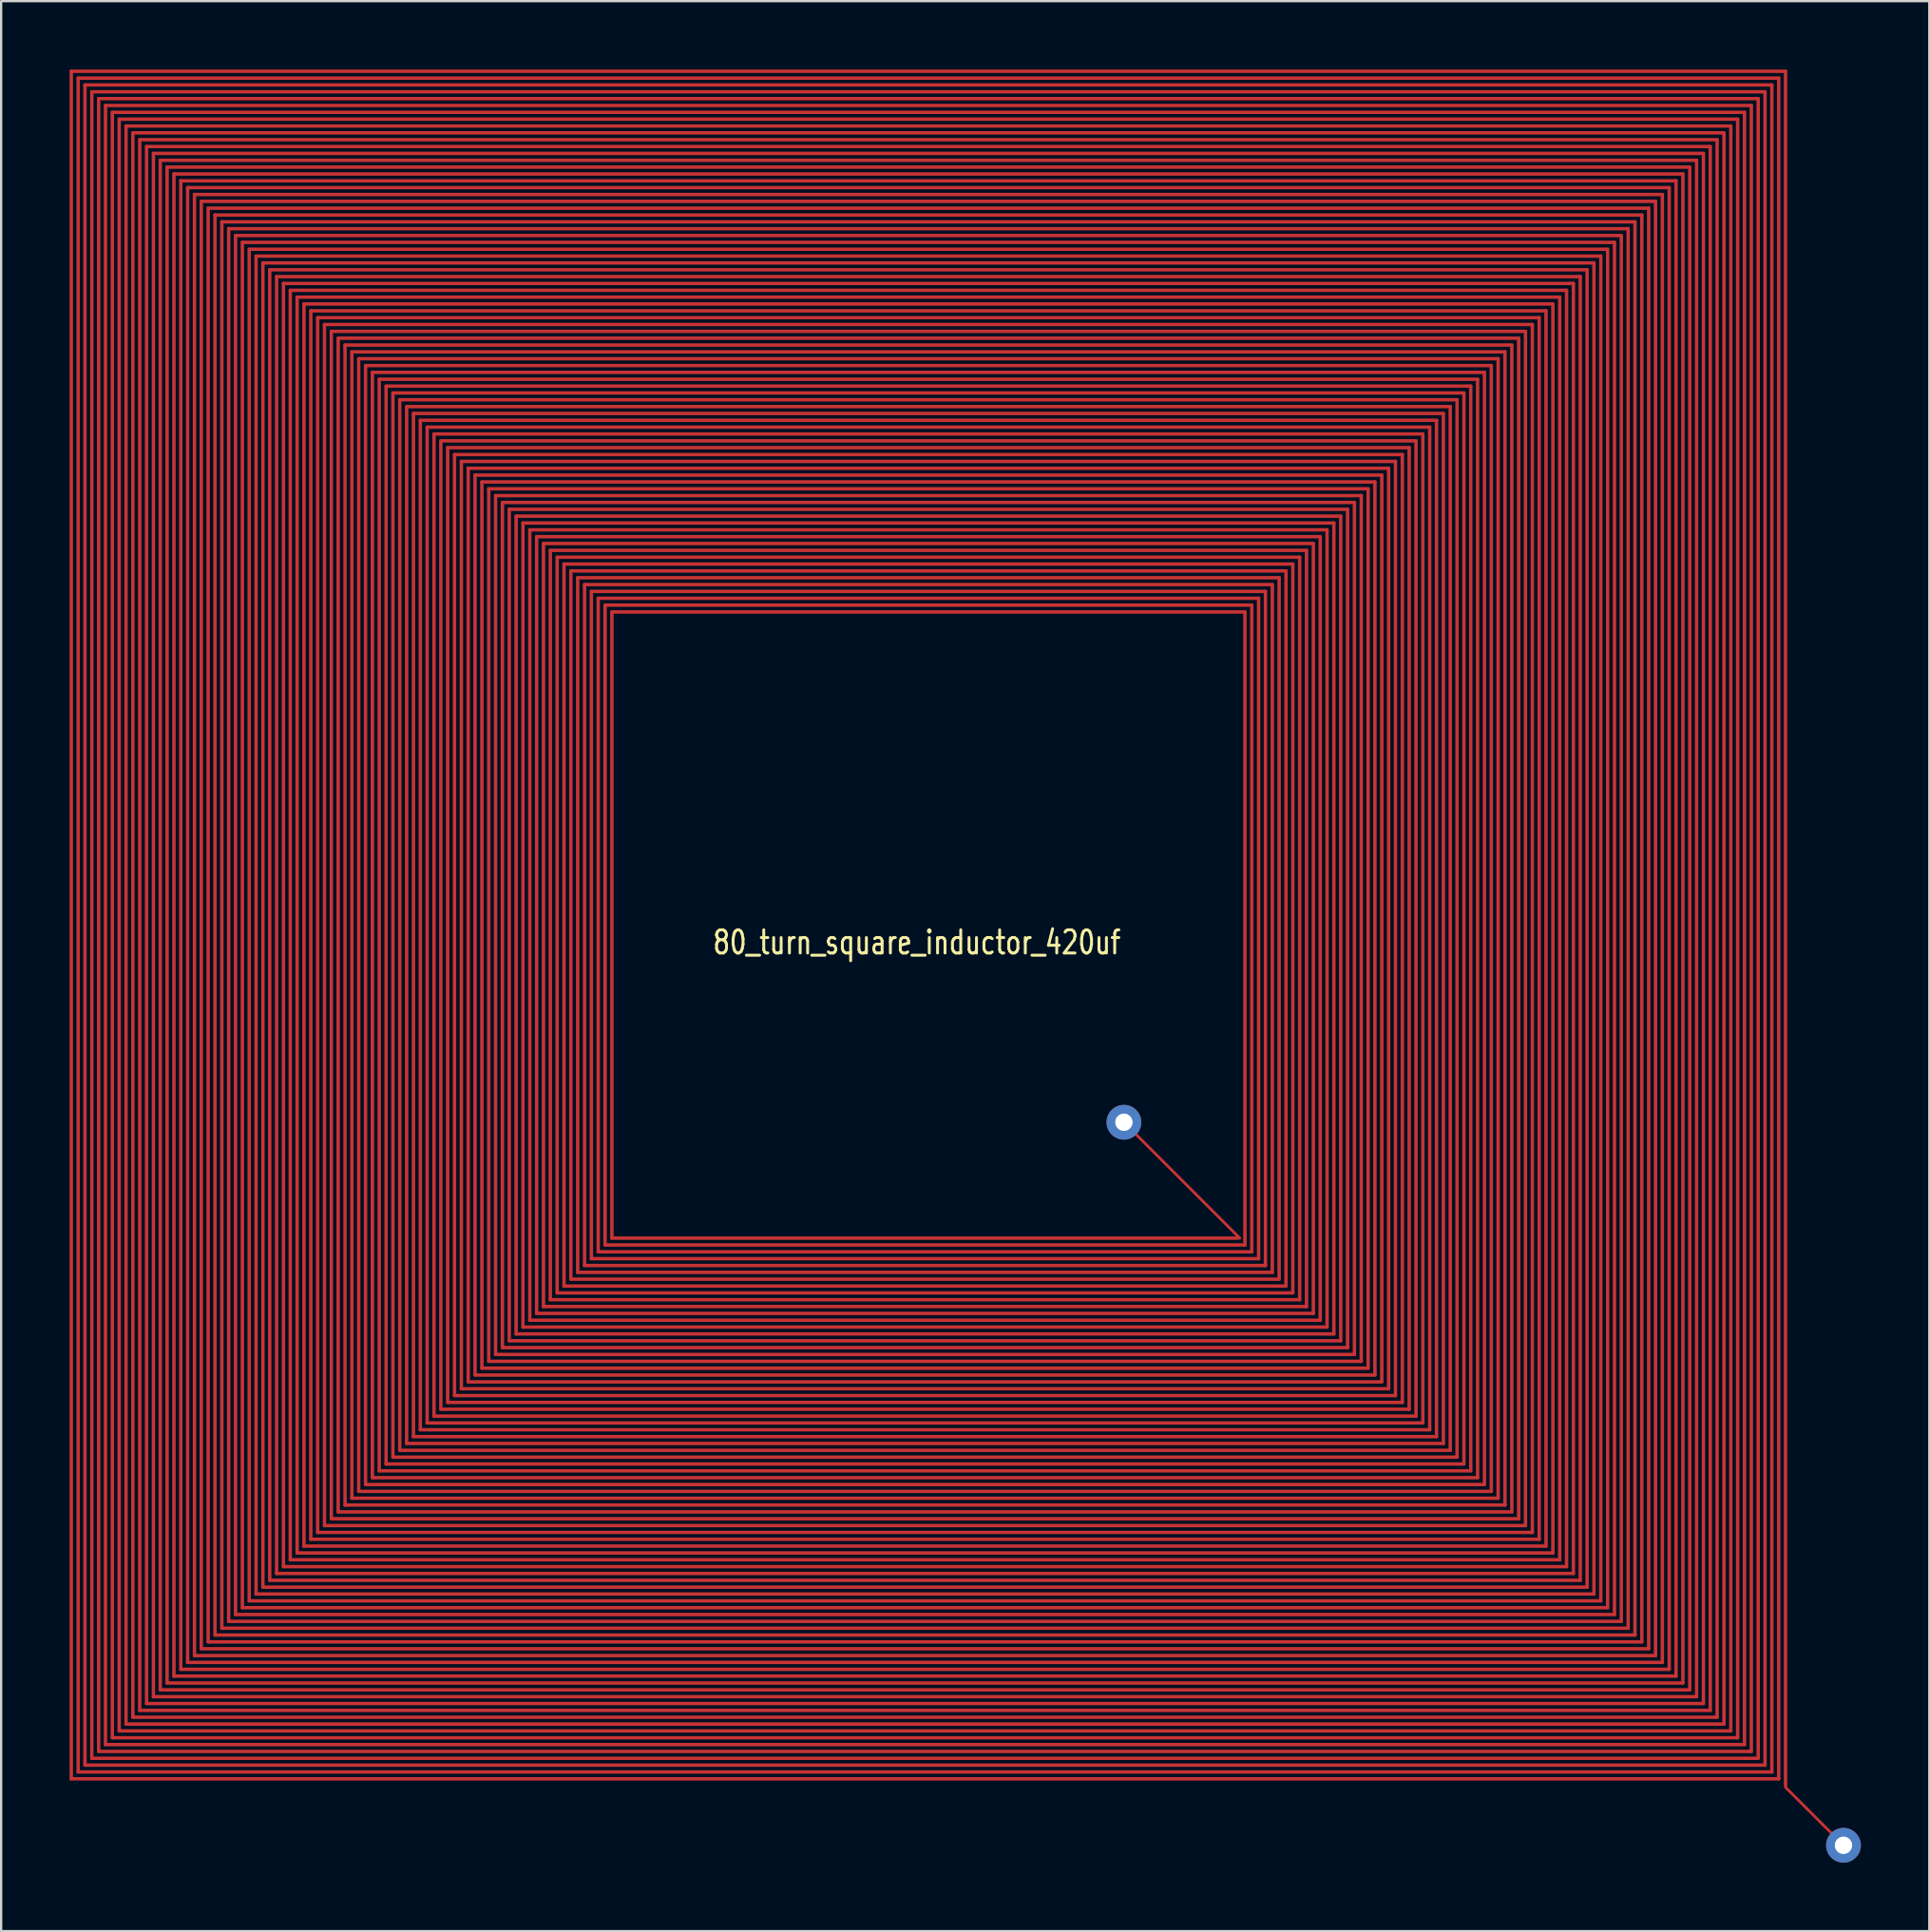
<source format=kicad_pcb>
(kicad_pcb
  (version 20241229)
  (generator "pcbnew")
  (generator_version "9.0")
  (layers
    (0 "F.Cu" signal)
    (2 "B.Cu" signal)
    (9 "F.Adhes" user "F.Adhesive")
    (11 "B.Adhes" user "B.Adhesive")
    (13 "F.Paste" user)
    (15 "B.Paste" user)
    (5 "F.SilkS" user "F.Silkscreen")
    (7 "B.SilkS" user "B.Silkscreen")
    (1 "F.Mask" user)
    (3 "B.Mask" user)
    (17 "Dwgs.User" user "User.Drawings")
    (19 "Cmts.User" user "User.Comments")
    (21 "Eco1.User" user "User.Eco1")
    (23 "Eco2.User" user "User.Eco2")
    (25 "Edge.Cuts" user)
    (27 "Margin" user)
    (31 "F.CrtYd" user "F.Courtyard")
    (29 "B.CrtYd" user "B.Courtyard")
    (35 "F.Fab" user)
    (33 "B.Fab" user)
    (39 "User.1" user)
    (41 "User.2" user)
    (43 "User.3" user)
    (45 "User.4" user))
  (footprint "80_turn_square_inductor_420uf"
    (layer "F.Cu")
    (at 51.3 51.225)
    (property "Reference" "80_turn_square_inductor_420uf" (at -14.156 -12.963 0) (layer "F.SilkS") (effects (font (size 1.016 0.762) (thickness 0.127))))
    (fp_line (start 0 0) (end -5.08 -5.08) (stroke (width 0.12) (type solid)) (layer "F.Cu"))
    (fp_line (start 23.925 24.075) (end 26.465 26.615) (stroke (width 0.12) (type solid)) (layer "F.Cu"))
    (pad "1" smd oval (at -51.225 -13.725 90) (size 75 0.15) (layers "F.Cu" "F.Mask" "F.Paste"))
    (pad "1" smd oval (at -50.925 -13.725 90) (size 74.4 0.15) (layers "F.Cu" "F.Mask" "F.Paste"))
    (pad "1" smd oval (at -50.625 -13.725 90) (size 73.8 0.15) (layers "F.Cu" "F.Mask" "F.Paste"))
    (pad "1" smd oval (at -50.325 -13.725 90) (size 73.2 0.15) (layers "F.Cu" "F.Mask" "F.Paste"))
    (pad "1" smd oval (at -50.025 -13.725 90) (size 72.6 0.15) (layers "F.Cu" "F.Mask" "F.Paste"))
    (pad "1" smd oval (at -49.725 -13.725 90) (size 72 0.15) (layers "F.Cu" "F.Mask" "F.Paste"))
    (pad "1" smd oval (at -49.425 -13.725 90) (size 71.4 0.15) (layers "F.Cu" "F.Mask" "F.Paste"))
    (pad "1" smd oval (at -49.125 -13.725 90) (size 70.8 0.15) (layers "F.Cu" "F.Mask" "F.Paste"))
    (pad "1" smd oval (at -48.825 -13.725 90) (size 70.2 0.15) (layers "F.Cu" "F.Mask" "F.Paste"))
    (pad "1" smd oval (at -48.525 -13.725 90) (size 69.6 0.15) (layers "F.Cu" "F.Mask" "F.Paste"))
    (pad "1" smd oval (at -48.225 -13.725 90) (size 69 0.15) (layers "F.Cu" "F.Mask" "F.Paste"))
    (pad "1" smd oval (at -47.925 -13.725 90) (size 68.4 0.15) (layers "F.Cu" "F.Mask" "F.Paste"))
    (pad "1" smd oval (at -47.625 -13.725 90) (size 67.8 0.15) (layers "F.Cu" "F.Mask" "F.Paste"))
    (pad "1" smd oval (at -47.325 -13.725 90) (size 67.2 0.15) (layers "F.Cu" "F.Mask" "F.Paste"))
    (pad "1" smd oval (at -47.025 -13.725 90) (size 66.6 0.15) (layers "F.Cu" "F.Mask" "F.Paste"))
    (pad "1" smd oval (at -46.725 -13.725 90) (size 66 0.15) (layers "F.Cu" "F.Mask" "F.Paste"))
    (pad "1" smd oval (at -46.425 -13.725 90) (size 65.4 0.15) (layers "F.Cu" "F.Mask" "F.Paste"))
    (pad "1" smd oval (at -46.125 -13.725 90) (size 64.8 0.15) (layers "F.Cu" "F.Mask" "F.Paste"))
    (pad "1" smd oval (at -45.825 -13.725 90) (size 64.2 0.15) (layers "F.Cu" "F.Mask" "F.Paste"))
    (pad "1" smd oval (at -45.525 -13.725 90) (size 63.6 0.15) (layers "F.Cu" "F.Mask" "F.Paste"))
    (pad "1" smd oval (at -45.225 -13.725 90) (size 63 0.15) (layers "F.Cu" "F.Mask" "F.Paste"))
    (pad "1" smd oval (at -44.925 -13.725 90) (size 62.4 0.15) (layers "F.Cu" "F.Mask" "F.Paste"))
    (pad "1" smd oval (at -44.625 -13.725 90) (size 61.8 0.15) (layers "F.Cu" "F.Mask" "F.Paste"))
    (pad "1" smd oval (at -44.325 -13.725 90) (size 61.2 0.15) (layers "F.Cu" "F.Mask" "F.Paste"))
    (pad "1" smd oval (at -44.025 -13.725 90) (size 60.6 0.15) (layers "F.Cu" "F.Mask" "F.Paste"))
    (pad "1" smd oval (at -43.725 -13.725 90) (size 60 0.15) (layers "F.Cu" "F.Mask" "F.Paste"))
    (pad "1" smd oval (at -43.425 -13.725 90) (size 59.4 0.15) (layers "F.Cu" "F.Mask" "F.Paste"))
    (pad "1" smd oval (at -43.125 -13.725 90) (size 58.8 0.15) (layers "F.Cu" "F.Mask" "F.Paste"))
    (pad "1" smd oval (at -42.825 -13.725 90) (size 58.2 0.15) (layers "F.Cu" "F.Mask" "F.Paste"))
    (pad "1" smd oval (at -42.525 -13.725 90) (size 57.6 0.15) (layers "F.Cu" "F.Mask" "F.Paste"))
    (pad "1" smd oval (at -42.225 -13.725 90) (size 57 0.15) (layers "F.Cu" "F.Mask" "F.Paste"))
    (pad "1" smd oval (at -41.925 -13.725 90) (size 56.4 0.15) (layers "F.Cu" "F.Mask" "F.Paste"))
    (pad "1" smd oval (at -41.625 -13.725 90) (size 55.8 0.15) (layers "F.Cu" "F.Mask" "F.Paste"))
    (pad "1" smd oval (at -41.325 -13.725 90) (size 55.2 0.15) (layers "F.Cu" "F.Mask" "F.Paste"))
    (pad "1" smd oval (at -41.025 -13.725 90) (size 54.6 0.15) (layers "F.Cu" "F.Mask" "F.Paste"))
    (pad "1" smd oval (at -40.725 -13.725 90) (size 54 0.15) (layers "F.Cu" "F.Mask" "F.Paste"))
    (pad "1" smd oval (at -40.425 -13.725 90) (size 53.4 0.15) (layers "F.Cu" "F.Mask" "F.Paste"))
    (pad "1" smd oval (at -40.125 -13.725 90) (size 52.8 0.15) (layers "F.Cu" "F.Mask" "F.Paste"))
    (pad "1" smd oval (at -39.825 -13.725 90) (size 52.2 0.15) (layers "F.Cu" "F.Mask" "F.Paste"))
    (pad "1" smd oval (at -39.525 -13.725 90) (size 51.6 0.15) (layers "F.Cu" "F.Mask" "F.Paste"))
    (pad "1" smd oval (at -39.225 -13.725 90) (size 51 0.15) (layers "F.Cu" "F.Mask" "F.Paste"))
    (pad "1" smd oval (at -38.925 -13.725 90) (size 50.4 0.15) (layers "F.Cu" "F.Mask" "F.Paste"))
    (pad "1" smd oval (at -38.625 -13.725 90) (size 49.8 0.15) (layers "F.Cu" "F.Mask" "F.Paste"))
    (pad "1" smd oval (at -38.325 -13.725 90) (size 49.2 0.15) (layers "F.Cu" "F.Mask" "F.Paste"))
    (pad "1" smd oval (at -38.025 -13.725 90) (size 48.6 0.15) (layers "F.Cu" "F.Mask" "F.Paste"))
    (pad "1" smd oval (at -37.725 -13.725 90) (size 48 0.15) (layers "F.Cu" "F.Mask" "F.Paste"))
    (pad "1" smd oval (at -37.425 -13.725 90) (size 47.4 0.15) (layers "F.Cu" "F.Mask" "F.Paste"))
    (pad "1" smd oval (at -37.125 -13.725 90) (size 46.8 0.15) (layers "F.Cu" "F.Mask" "F.Paste"))
    (pad "1" smd oval (at -36.825 -13.725 90) (size 46.2 0.15) (layers "F.Cu" "F.Mask" "F.Paste"))
    (pad "1" smd oval (at -36.525 -13.725 90) (size 45.6 0.15) (layers "F.Cu" "F.Mask" "F.Paste"))
    (pad "1" smd oval (at -36.225 -13.725 90) (size 45 0.15) (layers "F.Cu" "F.Mask" "F.Paste"))
    (pad "1" smd oval (at -35.925 -13.725 90) (size 44.4 0.15) (layers "F.Cu" "F.Mask" "F.Paste"))
    (pad "1" smd oval (at -35.625 -13.725 90) (size 43.8 0.15) (layers "F.Cu" "F.Mask" "F.Paste"))
    (pad "1" smd oval (at -35.325 -13.725 90) (size 43.2 0.15) (layers "F.Cu" "F.Mask" "F.Paste"))
    (pad "1" smd oval (at -35.025 -13.725 90) (size 42.6 0.15) (layers "F.Cu" "F.Mask" "F.Paste"))
    (pad "1" smd oval (at -34.725 -13.725 90) (size 42 0.15) (layers "F.Cu" "F.Mask" "F.Paste"))
    (pad "1" smd oval (at -34.425 -13.725 90) (size 41.4 0.15) (layers "F.Cu" "F.Mask" "F.Paste"))
    (pad "1" smd oval (at -34.125 -13.725 90) (size 40.8 0.15) (layers "F.Cu" "F.Mask" "F.Paste"))
    (pad "1" smd oval (at -33.825 -13.725 90) (size 40.2 0.15) (layers "F.Cu" "F.Mask" "F.Paste"))
    (pad "1" smd oval (at -33.525 -13.725 90) (size 39.6 0.15) (layers "F.Cu" "F.Mask" "F.Paste"))
    (pad "1" smd oval (at -33.225 -13.725 90) (size 39 0.15) (layers "F.Cu" "F.Mask" "F.Paste"))
    (pad "1" smd oval (at -32.925 -13.725 90) (size 38.4 0.15) (layers "F.Cu" "F.Mask" "F.Paste"))
    (pad "1" smd oval (at -32.625 -13.725 90) (size 37.8 0.15) (layers "F.Cu" "F.Mask" "F.Paste"))
    (pad "1" smd oval (at -32.325 -13.725 90) (size 37.2 0.15) (layers "F.Cu" "F.Mask" "F.Paste"))
    (pad "1" smd oval (at -32.025 -13.725 90) (size 36.6 0.15) (layers "F.Cu" "F.Mask" "F.Paste"))
    (pad "1" smd oval (at -31.725 -13.725 90) (size 36 0.15) (layers "F.Cu" "F.Mask" "F.Paste"))
    (pad "1" smd oval (at -31.425 -13.725 90) (size 35.4 0.15) (layers "F.Cu" "F.Mask" "F.Paste"))
    (pad "1" smd oval (at -31.125 -13.725 90) (size 34.8 0.15) (layers "F.Cu" "F.Mask" "F.Paste"))
    (pad "1" smd oval (at -30.825 -13.725 90) (size 34.2 0.15) (layers "F.Cu" "F.Mask" "F.Paste"))
    (pad "1" smd oval (at -30.525 -13.725 90) (size 33.6 0.15) (layers "F.Cu" "F.Mask" "F.Paste"))
    (pad "1" smd oval (at -30.225 -13.725 90) (size 33 0.15) (layers "F.Cu" "F.Mask" "F.Paste"))
    (pad "1" smd oval (at -29.925 -13.725 90) (size 32.4 0.15) (layers "F.Cu" "F.Mask" "F.Paste"))
    (pad "1" smd oval (at -29.625 -13.725 90) (size 31.8 0.15) (layers "F.Cu" "F.Mask" "F.Paste"))
    (pad "1" smd oval (at -29.325 -13.725 90) (size 31.2 0.15) (layers "F.Cu" "F.Mask" "F.Paste"))
    (pad "1" smd oval (at -29.025 -13.725 90) (size 30.6 0.15) (layers "F.Cu" "F.Mask" "F.Paste"))
    (pad "1" smd oval (at -28.725 -13.725 90) (size 30 0.15) (layers "F.Cu" "F.Mask" "F.Paste"))
    (pad "1" smd oval (at -28.425 -13.725 90) (size 29.4 0.15) (layers "F.Cu" "F.Mask" "F.Paste"))
    (pad "1" smd oval (at -28.125 -13.725 90) (size 28.8 0.15) (layers "F.Cu" "F.Mask" "F.Paste"))
    (pad "1" smd oval (at -27.825 -13.725 90) (size 28.2 0.15) (layers "F.Cu" "F.Mask" "F.Paste"))
    (pad "1" smd oval (at -27.525 -13.725 90) (size 27.6 0.15) (layers "F.Cu" "F.Mask" "F.Paste"))
    (pad "1" smd oval (at -13.8 0 180) (size 27.6 0.15) (layers "F.Cu" "F.Mask" "F.Paste"))
    (pad "1" smd oval (at -13.8 0.3 180) (size 28.2 0.15) (layers "F.Cu" "F.Mask" "F.Paste"))
    (pad "1" smd oval (at -13.8 0.6 180) (size 28.8 0.15) (layers "F.Cu" "F.Mask" "F.Paste"))
    (pad "1" smd oval (at -13.8 0.9 180) (size 29.4 0.15) (layers "F.Cu" "F.Mask" "F.Paste"))
    (pad "1" smd oval (at -13.8 1.2 180) (size 30 0.15) (layers "F.Cu" "F.Mask" "F.Paste"))
    (pad "1" smd oval (at -13.8 1.5 180) (size 30.6 0.15) (layers "F.Cu" "F.Mask" "F.Paste"))
    (pad "1" smd oval (at -13.8 1.8 180) (size 31.2 0.15) (layers "F.Cu" "F.Mask" "F.Paste"))
    (pad "1" smd oval (at -13.8 2.1 180) (size 31.8 0.15) (layers "F.Cu" "F.Mask" "F.Paste"))
    (pad "1" smd oval (at -13.8 2.4 180) (size 32.4 0.15) (layers "F.Cu" "F.Mask" "F.Paste"))
    (pad "1" smd oval (at -13.8 2.7 180) (size 33 0.15) (layers "F.Cu" "F.Mask" "F.Paste"))
    (pad "1" smd oval (at -13.8 3 180) (size 33.6 0.15) (layers "F.Cu" "F.Mask" "F.Paste"))
    (pad "1" smd oval (at -13.8 3.3 180) (size 34.2 0.15) (layers "F.Cu" "F.Mask" "F.Paste"))
    (pad "1" smd oval (at -13.8 3.6 180) (size 34.8 0.15) (layers "F.Cu" "F.Mask" "F.Paste"))
    (pad "1" smd oval (at -13.8 3.9 180) (size 35.4 0.15) (layers "F.Cu" "F.Mask" "F.Paste"))
    (pad "1" smd oval (at -13.8 4.2 180) (size 36 0.15) (layers "F.Cu" "F.Mask" "F.Paste"))
    (pad "1" smd oval (at -13.8 4.5 180) (size 36.6 0.15) (layers "F.Cu" "F.Mask" "F.Paste"))
    (pad "1" smd oval (at -13.8 4.8 180) (size 37.2 0.15) (layers "F.Cu" "F.Mask" "F.Paste"))
    (pad "1" smd oval (at -13.8 5.1 180) (size 37.8 0.15) (layers "F.Cu" "F.Mask" "F.Paste"))
    (pad "1" smd oval (at -13.8 5.4 180) (size 38.4 0.15) (layers "F.Cu" "F.Mask" "F.Paste"))
    (pad "1" smd oval (at -13.8 5.7 180) (size 39 0.15) (layers "F.Cu" "F.Mask" "F.Paste"))
    (pad "1" smd oval (at -13.8 6 180) (size 39.6 0.15) (layers "F.Cu" "F.Mask" "F.Paste"))
    (pad "1" smd oval (at -13.8 6.3 180) (size 40.2 0.15) (layers "F.Cu" "F.Mask" "F.Paste"))
    (pad "1" smd oval (at -13.8 6.6 180) (size 40.8 0.15) (layers "F.Cu" "F.Mask" "F.Paste"))
    (pad "1" smd oval (at -13.8 6.9 180) (size 41.4 0.15) (layers "F.Cu" "F.Mask" "F.Paste"))
    (pad "1" smd oval (at -13.8 7.2 180) (size 42 0.15) (layers "F.Cu" "F.Mask" "F.Paste"))
    (pad "1" smd oval (at -13.8 7.5 180) (size 42.6 0.15) (layers "F.Cu" "F.Mask" "F.Paste"))
    (pad "1" smd oval (at -13.8 7.8 180) (size 43.2 0.15) (layers "F.Cu" "F.Mask" "F.Paste"))
    (pad "1" smd oval (at -13.8 8.1 180) (size 43.8 0.15) (layers "F.Cu" "F.Mask" "F.Paste"))
    (pad "1" smd oval (at -13.8 8.4 180) (size 44.4 0.15) (layers "F.Cu" "F.Mask" "F.Paste"))
    (pad "1" smd oval (at -13.8 8.7 180) (size 45 0.15) (layers "F.Cu" "F.Mask" "F.Paste"))
    (pad "1" smd oval (at -13.8 9 180) (size 45.6 0.15) (layers "F.Cu" "F.Mask" "F.Paste"))
    (pad "1" smd oval (at -13.8 9.3 180) (size 46.2 0.15) (layers "F.Cu" "F.Mask" "F.Paste"))
    (pad "1" smd oval (at -13.8 9.6 180) (size 46.8 0.15) (layers "F.Cu" "F.Mask" "F.Paste"))
    (pad "1" smd oval (at -13.8 9.9 180) (size 47.4 0.15) (layers "F.Cu" "F.Mask" "F.Paste"))
    (pad "1" smd oval (at -13.8 10.2 180) (size 48 0.15) (layers "F.Cu" "F.Mask" "F.Paste"))
    (pad "1" smd oval (at -13.8 10.5 180) (size 48.6 0.15) (layers "F.Cu" "F.Mask" "F.Paste"))
    (pad "1" smd oval (at -13.8 10.8 180) (size 49.2 0.15) (layers "F.Cu" "F.Mask" "F.Paste"))
    (pad "1" smd oval (at -13.8 11.1 180) (size 49.8 0.15) (layers "F.Cu" "F.Mask" "F.Paste"))
    (pad "1" smd oval (at -13.8 11.4 180) (size 50.4 0.15) (layers "F.Cu" "F.Mask" "F.Paste"))
    (pad "1" smd oval (at -13.8 11.7 180) (size 51 0.15) (layers "F.Cu" "F.Mask" "F.Paste"))
    (pad "1" smd oval (at -13.8 12 180) (size 51.6 0.15) (layers "F.Cu" "F.Mask" "F.Paste"))
    (pad "1" smd oval (at -13.8 12.3 180) (size 52.2 0.15) (layers "F.Cu" "F.Mask" "F.Paste"))
    (pad "1" smd oval (at -13.8 12.6 180) (size 52.8 0.15) (layers "F.Cu" "F.Mask" "F.Paste"))
    (pad "1" smd oval (at -13.8 12.9 180) (size 53.4 0.15) (layers "F.Cu" "F.Mask" "F.Paste"))
    (pad "1" smd oval (at -13.8 13.2 180) (size 54 0.15) (layers "F.Cu" "F.Mask" "F.Paste"))
    (pad "1" smd oval (at -13.8 13.5 180) (size 54.6 0.15) (layers "F.Cu" "F.Mask" "F.Paste"))
    (pad "1" smd oval (at -13.8 13.8 180) (size 55.2 0.15) (layers "F.Cu" "F.Mask" "F.Paste"))
    (pad "1" smd oval (at -13.8 14.1 180) (size 55.8 0.15) (layers "F.Cu" "F.Mask" "F.Paste"))
    (pad "1" smd oval (at -13.8 14.4 180) (size 56.4 0.15) (layers "F.Cu" "F.Mask" "F.Paste"))
    (pad "1" smd oval (at -13.8 14.7 180) (size 57 0.15) (layers "F.Cu" "F.Mask" "F.Paste"))
    (pad "1" smd oval (at -13.8 15 180) (size 57.6 0.15) (layers "F.Cu" "F.Mask" "F.Paste"))
    (pad "1" smd oval (at -13.8 15.3 180) (size 58.2 0.15) (layers "F.Cu" "F.Mask" "F.Paste"))
    (pad "1" smd oval (at -13.8 15.6 180) (size 58.8 0.15) (layers "F.Cu" "F.Mask" "F.Paste"))
    (pad "1" smd oval (at -13.8 15.9 180) (size 59.4 0.15) (layers "F.Cu" "F.Mask" "F.Paste"))
    (pad "1" smd oval (at -13.8 16.2 180) (size 60 0.15) (layers "F.Cu" "F.Mask" "F.Paste"))
    (pad "1" smd oval (at -13.8 16.5 180) (size 60.6 0.15) (layers "F.Cu" "F.Mask" "F.Paste"))
    (pad "1" smd oval (at -13.8 16.8 180) (size 61.2 0.15) (layers "F.Cu" "F.Mask" "F.Paste"))
    (pad "1" smd oval (at -13.8 17.1 180) (size 61.8 0.15) (layers "F.Cu" "F.Mask" "F.Paste"))
    (pad "1" smd oval (at -13.8 17.4 180) (size 62.4 0.15) (layers "F.Cu" "F.Mask" "F.Paste"))
    (pad "1" smd oval (at -13.8 17.7 180) (size 63 0.15) (layers "F.Cu" "F.Mask" "F.Paste"))
    (pad "1" smd oval (at -13.8 18 180) (size 63.6 0.15) (layers "F.Cu" "F.Mask" "F.Paste"))
    (pad "1" smd oval (at -13.8 18.3 180) (size 64.2 0.15) (layers "F.Cu" "F.Mask" "F.Paste"))
    (pad "1" smd oval (at -13.8 18.6 180) (size 64.8 0.15) (layers "F.Cu" "F.Mask" "F.Paste"))
    (pad "1" smd oval (at -13.8 18.9 180) (size 65.4 0.15) (layers "F.Cu" "F.Mask" "F.Paste"))
    (pad "1" smd oval (at -13.8 19.2 180) (size 66 0.15) (layers "F.Cu" "F.Mask" "F.Paste"))
    (pad "1" smd oval (at -13.8 19.5 180) (size 66.6 0.15) (layers "F.Cu" "F.Mask" "F.Paste"))
    (pad "1" smd oval (at -13.8 19.8 180) (size 67.2 0.15) (layers "F.Cu" "F.Mask" "F.Paste"))
    (pad "1" smd oval (at -13.8 20.1 180) (size 67.8 0.15) (layers "F.Cu" "F.Mask" "F.Paste"))
    (pad "1" smd oval (at -13.8 20.4 180) (size 68.4 0.15) (layers "F.Cu" "F.Mask" "F.Paste"))
    (pad "1" smd oval (at -13.8 20.7 180) (size 69 0.15) (layers "F.Cu" "F.Mask" "F.Paste"))
    (pad "1" smd oval (at -13.8 21 180) (size 69.6 0.15) (layers "F.Cu" "F.Mask" "F.Paste"))
    (pad "1" smd oval (at -13.8 21.3 180) (size 70.2 0.15) (layers "F.Cu" "F.Mask" "F.Paste"))
    (pad "1" smd oval (at -13.8 21.6 180) (size 70.8 0.15) (layers "F.Cu" "F.Mask" "F.Paste"))
    (pad "1" smd oval (at -13.8 21.9 180) (size 71.4 0.15) (layers "F.Cu" "F.Mask" "F.Paste"))
    (pad "1" smd oval (at -13.8 22.2 180) (size 72 0.15) (layers "F.Cu" "F.Mask" "F.Paste"))
    (pad "1" smd oval (at -13.8 22.5 180) (size 72.6 0.15) (layers "F.Cu" "F.Mask" "F.Paste"))
    (pad "1" smd oval (at -13.8 22.8 180) (size 73.2 0.15) (layers "F.Cu" "F.Mask" "F.Paste"))
    (pad "1" smd oval (at -13.8 23.1 180) (size 73.8 0.15) (layers "F.Cu" "F.Mask" "F.Paste"))
    (pad "1" smd oval (at -13.8 23.4 180) (size 74.4 0.15) (layers "F.Cu" "F.Mask" "F.Paste"))
    (pad "1" smd oval (at -13.8 23.7 180) (size 75 0.15) (layers "F.Cu" "F.Mask" "F.Paste"))
    (pad "1" smd oval (at -13.65 -51.15) (size 75.3 0.15) (layers "F.Cu" "F.Mask" "F.Paste"))
    (pad "1" smd oval (at -13.65 -50.85) (size 74.7 0.15) (layers "F.Cu" "F.Mask" "F.Paste"))
    (pad "1" smd oval (at -13.65 -50.55) (size 74.1 0.15) (layers "F.Cu" "F.Mask" "F.Paste"))
    (pad "1" smd oval (at -13.65 -50.25) (size 73.5 0.15) (layers "F.Cu" "F.Mask" "F.Paste"))
    (pad "1" smd oval (at -13.65 -49.95) (size 72.9 0.15) (layers "F.Cu" "F.Mask" "F.Paste"))
    (pad "1" smd oval (at -13.65 -49.65) (size 72.3 0.15) (layers "F.Cu" "F.Mask" "F.Paste"))
    (pad "1" smd oval (at -13.65 -49.35) (size 71.7 0.15) (layers "F.Cu" "F.Mask" "F.Paste"))
    (pad "1" smd oval (at -13.65 -49.05) (size 71.1 0.15) (layers "F.Cu" "F.Mask" "F.Paste"))
    (pad "1" smd oval (at -13.65 -48.75) (size 70.5 0.15) (layers "F.Cu" "F.Mask" "F.Paste"))
    (pad "1" smd oval (at -13.65 -48.45) (size 69.9 0.15) (layers "F.Cu" "F.Mask" "F.Paste"))
    (pad "1" smd oval (at -13.65 -48.15) (size 69.3 0.15) (layers "F.Cu" "F.Mask" "F.Paste"))
    (pad "1" smd oval (at -13.65 -47.85) (size 68.7 0.15) (layers "F.Cu" "F.Mask" "F.Paste"))
    (pad "1" smd oval (at -13.65 -47.55) (size 68.1 0.15) (layers "F.Cu" "F.Mask" "F.Paste"))
    (pad "1" smd oval (at -13.65 -47.25) (size 67.5 0.15) (layers "F.Cu" "F.Mask" "F.Paste"))
    (pad "1" smd oval (at -13.65 -46.95) (size 66.9 0.15) (layers "F.Cu" "F.Mask" "F.Paste"))
    (pad "1" smd oval (at -13.65 -46.65) (size 66.3 0.15) (layers "F.Cu" "F.Mask" "F.Paste"))
    (pad "1" smd oval (at -13.65 -46.35) (size 65.7 0.15) (layers "F.Cu" "F.Mask" "F.Paste"))
    (pad "1" smd oval (at -13.65 -46.05) (size 65.1 0.15) (layers "F.Cu" "F.Mask" "F.Paste"))
    (pad "1" smd oval (at -13.65 -45.75) (size 64.5 0.15) (layers "F.Cu" "F.Mask" "F.Paste"))
    (pad "1" smd oval (at -13.65 -45.45) (size 63.9 0.15) (layers "F.Cu" "F.Mask" "F.Paste"))
    (pad "1" smd oval (at -13.65 -45.15) (size 63.3 0.15) (layers "F.Cu" "F.Mask" "F.Paste"))
    (pad "1" smd oval (at -13.65 -44.85) (size 62.7 0.15) (layers "F.Cu" "F.Mask" "F.Paste"))
    (pad "1" smd oval (at -13.65 -44.55) (size 62.1 0.15) (layers "F.Cu" "F.Mask" "F.Paste"))
    (pad "1" smd oval (at -13.65 -44.25) (size 61.5 0.15) (layers "F.Cu" "F.Mask" "F.Paste"))
    (pad "1" smd oval (at -13.65 -43.95) (size 60.9 0.15) (layers "F.Cu" "F.Mask" "F.Paste"))
    (pad "1" smd oval (at -13.65 -43.65) (size 60.3 0.15) (layers "F.Cu" "F.Mask" "F.Paste"))
    (pad "1" smd oval (at -13.65 -43.35) (size 59.7 0.15) (layers "F.Cu" "F.Mask" "F.Paste"))
    (pad "1" smd oval (at -13.65 -43.05) (size 59.1 0.15) (layers "F.Cu" "F.Mask" "F.Paste"))
    (pad "1" smd oval (at -13.65 -42.75) (size 58.5 0.15) (layers "F.Cu" "F.Mask" "F.Paste"))
    (pad "1" smd oval (at -13.65 -42.45) (size 57.9 0.15) (layers "F.Cu" "F.Mask" "F.Paste"))
    (pad "1" smd oval (at -13.65 -42.15) (size 57.3 0.15) (layers "F.Cu" "F.Mask" "F.Paste"))
    (pad "1" smd oval (at -13.65 -41.85) (size 56.7 0.15) (layers "F.Cu" "F.Mask" "F.Paste"))
    (pad "1" smd oval (at -13.65 -41.55) (size 56.1 0.15) (layers "F.Cu" "F.Mask" "F.Paste"))
    (pad "1" smd oval (at -13.65 -41.25) (size 55.5 0.15) (layers "F.Cu" "F.Mask" "F.Paste"))
    (pad "1" smd oval (at -13.65 -40.95) (size 54.9 0.15) (layers "F.Cu" "F.Mask" "F.Paste"))
    (pad "1" smd oval (at -13.65 -40.65) (size 54.3 0.15) (layers "F.Cu" "F.Mask" "F.Paste"))
    (pad "1" smd oval (at -13.65 -40.35) (size 53.7 0.15) (layers "F.Cu" "F.Mask" "F.Paste"))
    (pad "1" smd oval (at -13.65 -40.05) (size 53.1 0.15) (layers "F.Cu" "F.Mask" "F.Paste"))
    (pad "1" smd oval (at -13.65 -39.75) (size 52.5 0.15) (layers "F.Cu" "F.Mask" "F.Paste"))
    (pad "1" smd oval (at -13.65 -39.45) (size 51.9 0.15) (layers "F.Cu" "F.Mask" "F.Paste"))
    (pad "1" smd oval (at -13.65 -39.15) (size 51.3 0.15) (layers "F.Cu" "F.Mask" "F.Paste"))
    (pad "1" smd oval (at -13.65 -38.85) (size 50.7 0.15) (layers "F.Cu" "F.Mask" "F.Paste"))
    (pad "1" smd oval (at -13.65 -38.55) (size 50.1 0.15) (layers "F.Cu" "F.Mask" "F.Paste"))
    (pad "1" smd oval (at -13.65 -38.25) (size 49.5 0.15) (layers "F.Cu" "F.Mask" "F.Paste"))
    (pad "1" smd oval (at -13.65 -37.95) (size 48.9 0.15) (layers "F.Cu" "F.Mask" "F.Paste"))
    (pad "1" smd oval (at -13.65 -37.65) (size 48.3 0.15) (layers "F.Cu" "F.Mask" "F.Paste"))
    (pad "1" smd oval (at -13.65 -37.35) (size 47.7 0.15) (layers "F.Cu" "F.Mask" "F.Paste"))
    (pad "1" smd oval (at -13.65 -37.05) (size 47.1 0.15) (layers "F.Cu" "F.Mask" "F.Paste"))
    (pad "1" smd oval (at -13.65 -36.75) (size 46.5 0.15) (layers "F.Cu" "F.Mask" "F.Paste"))
    (pad "1" smd oval (at -13.65 -36.45) (size 45.9 0.15) (layers "F.Cu" "F.Mask" "F.Paste"))
    (pad "1" smd oval (at -13.65 -36.15) (size 45.3 0.15) (layers "F.Cu" "F.Mask" "F.Paste"))
    (pad "1" smd oval (at -13.65 -35.85) (size 44.7 0.15) (layers "F.Cu" "F.Mask" "F.Paste"))
    (pad "1" smd oval (at -13.65 -35.55) (size 44.1 0.15) (layers "F.Cu" "F.Mask" "F.Paste"))
    (pad "1" smd oval (at -13.65 -35.25) (size 43.5 0.15) (layers "F.Cu" "F.Mask" "F.Paste"))
    (pad "1" smd oval (at -13.65 -34.95) (size 42.9 0.15) (layers "F.Cu" "F.Mask" "F.Paste"))
    (pad "1" smd oval (at -13.65 -34.65) (size 42.3 0.15) (layers "F.Cu" "F.Mask" "F.Paste"))
    (pad "1" smd oval (at -13.65 -34.35) (size 41.7 0.15) (layers "F.Cu" "F.Mask" "F.Paste"))
    (pad "1" smd oval (at -13.65 -34.05) (size 41.1 0.15) (layers "F.Cu" "F.Mask" "F.Paste"))
    (pad "1" smd oval (at -13.65 -33.75) (size 40.5 0.15) (layers "F.Cu" "F.Mask" "F.Paste"))
    (pad "1" smd oval (at -13.65 -33.45) (size 39.9 0.15) (layers "F.Cu" "F.Mask" "F.Paste"))
    (pad "1" smd oval (at -13.65 -33.15) (size 39.3 0.15) (layers "F.Cu" "F.Mask" "F.Paste"))
    (pad "1" smd oval (at -13.65 -32.85) (size 38.7 0.15) (layers "F.Cu" "F.Mask" "F.Paste"))
    (pad "1" smd oval (at -13.65 -32.55) (size 38.1 0.15) (layers "F.Cu" "F.Mask" "F.Paste"))
    (pad "1" smd oval (at -13.65 -32.25) (size 37.5 0.15) (layers "F.Cu" "F.Mask" "F.Paste"))
    (pad "1" smd oval (at -13.65 -31.95) (size 36.9 0.15) (layers "F.Cu" "F.Mask" "F.Paste"))
    (pad "1" smd oval (at -13.65 -31.65) (size 36.3 0.15) (layers "F.Cu" "F.Mask" "F.Paste"))
    (pad "1" smd oval (at -13.65 -31.35) (size 35.7 0.15) (layers "F.Cu" "F.Mask" "F.Paste"))
    (pad "1" smd oval (at -13.65 -31.05) (size 35.1 0.15) (layers "F.Cu" "F.Mask" "F.Paste"))
    (pad "1" smd oval (at -13.65 -30.75) (size 34.5 0.15) (layers "F.Cu" "F.Mask" "F.Paste"))
    (pad "1" smd oval (at -13.65 -30.45) (size 33.9 0.15) (layers "F.Cu" "F.Mask" "F.Paste"))
    (pad "1" smd oval (at -13.65 -30.15) (size 33.3 0.15) (layers "F.Cu" "F.Mask" "F.Paste"))
    (pad "1" smd oval (at -13.65 -29.85) (size 32.7 0.15) (layers "F.Cu" "F.Mask" "F.Paste"))
    (pad "1" smd oval (at -13.65 -29.55) (size 32.1 0.15) (layers "F.Cu" "F.Mask" "F.Paste"))
    (pad "1" smd oval (at -13.65 -29.25) (size 31.5 0.15) (layers "F.Cu" "F.Mask" "F.Paste"))
    (pad "1" smd oval (at -13.65 -28.95) (size 30.9 0.15) (layers "F.Cu" "F.Mask" "F.Paste"))
    (pad "1" smd oval (at -13.65 -28.65) (size 30.3 0.15) (layers "F.Cu" "F.Mask" "F.Paste"))
    (pad "1" smd oval (at -13.65 -28.35) (size 29.7 0.15) (layers "F.Cu" "F.Mask" "F.Paste"))
    (pad "1" smd oval (at -13.65 -28.05) (size 29.1 0.15) (layers "F.Cu" "F.Mask" "F.Paste"))
    (pad "1" smd oval (at -13.65 -27.75) (size 28.5 0.15) (layers "F.Cu" "F.Mask" "F.Paste"))
    (pad "1" smd oval (at -13.65 -27.45) (size 27.9 0.15) (layers "F.Cu" "F.Mask" "F.Paste"))
    (pad "1" smd oval (at 0.225 -13.575 270) (size 27.9 0.15) (layers "F.Cu" "F.Mask" "F.Paste"))
    (pad "1" smd oval (at 0.525 -13.575 270) (size 28.5 0.15) (layers "F.Cu" "F.Mask" "F.Paste"))
    (pad "1" smd oval (at 0.825 -13.575 270) (size 29.1 0.15) (layers "F.Cu" "F.Mask" "F.Paste"))
    (pad "1" smd oval (at 1.125 -13.575 270) (size 29.7 0.15) (layers "F.Cu" "F.Mask" "F.Paste"))
    (pad "1" smd oval (at 1.425 -13.575 270) (size 30.3 0.15) (layers "F.Cu" "F.Mask" "F.Paste"))
    (pad "1" smd oval (at 1.725 -13.575 270) (size 30.9 0.15) (layers "F.Cu" "F.Mask" "F.Paste"))
    (pad "1" smd oval (at 2.025 -13.575 270) (size 31.5 0.15) (layers "F.Cu" "F.Mask" "F.Paste"))
    (pad "1" smd oval (at 2.325 -13.575 270) (size 32.1 0.15) (layers "F.Cu" "F.Mask" "F.Paste"))
    (pad "1" smd oval (at 2.625 -13.575 270) (size 32.7 0.15) (layers "F.Cu" "F.Mask" "F.Paste"))
    (pad "1" smd oval (at 2.925 -13.575 270) (size 33.3 0.15) (layers "F.Cu" "F.Mask" "F.Paste"))
    (pad "1" smd oval (at 3.225 -13.575 270) (size 33.9 0.15) (layers "F.Cu" "F.Mask" "F.Paste"))
    (pad "1" smd oval (at 3.525 -13.575 270) (size 34.5 0.15) (layers "F.Cu" "F.Mask" "F.Paste"))
    (pad "1" smd oval (at 3.825 -13.575 270) (size 35.1 0.15) (layers "F.Cu" "F.Mask" "F.Paste"))
    (pad "1" smd oval (at 4.125 -13.575 270) (size 35.7 0.15) (layers "F.Cu" "F.Mask" "F.Paste"))
    (pad "1" smd oval (at 4.425 -13.575 270) (size 36.3 0.15) (layers "F.Cu" "F.Mask" "F.Paste"))
    (pad "1" smd oval (at 4.725 -13.575 270) (size 36.9 0.15) (layers "F.Cu" "F.Mask" "F.Paste"))
    (pad "1" smd oval (at 5.025 -13.575 270) (size 37.5 0.15) (layers "F.Cu" "F.Mask" "F.Paste"))
    (pad "1" smd oval (at 5.325 -13.575 270) (size 38.1 0.15) (layers "F.Cu" "F.Mask" "F.Paste"))
    (pad "1" smd oval (at 5.625 -13.575 270) (size 38.7 0.15) (layers "F.Cu" "F.Mask" "F.Paste"))
    (pad "1" smd oval (at 5.925 -13.575 270) (size 39.3 0.15) (layers "F.Cu" "F.Mask" "F.Paste"))
    (pad "1" smd oval (at 6.225 -13.575 270) (size 39.9 0.15) (layers "F.Cu" "F.Mask" "F.Paste"))
    (pad "1" smd oval (at 6.525 -13.575 270) (size 40.5 0.15) (layers "F.Cu" "F.Mask" "F.Paste"))
    (pad "1" smd oval (at 6.825 -13.575 270) (size 41.1 0.15) (layers "F.Cu" "F.Mask" "F.Paste"))
    (pad "1" smd oval (at 7.125 -13.575 270) (size 41.7 0.15) (layers "F.Cu" "F.Mask" "F.Paste"))
    (pad "1" smd oval (at 7.425 -13.575 270) (size 42.3 0.15) (layers "F.Cu" "F.Mask" "F.Paste"))
    (pad "1" smd oval (at 7.725 -13.575 270) (size 42.9 0.15) (layers "F.Cu" "F.Mask" "F.Paste"))
    (pad "1" smd oval (at 8.025 -13.575 270) (size 43.5 0.15) (layers "F.Cu" "F.Mask" "F.Paste"))
    (pad "1" smd oval (at 8.325 -13.575 270) (size 44.1 0.15) (layers "F.Cu" "F.Mask" "F.Paste"))
    (pad "1" smd oval (at 8.625 -13.575 270) (size 44.7 0.15) (layers "F.Cu" "F.Mask" "F.Paste"))
    (pad "1" smd oval (at 8.925 -13.575 270) (size 45.3 0.15) (layers "F.Cu" "F.Mask" "F.Paste"))
    (pad "1" smd oval (at 9.225 -13.575 270) (size 45.9 0.15) (layers "F.Cu" "F.Mask" "F.Paste"))
    (pad "1" smd oval (at 9.525 -13.575 270) (size 46.5 0.15) (layers "F.Cu" "F.Mask" "F.Paste"))
    (pad "1" smd oval (at 9.825 -13.575 270) (size 47.1 0.15) (layers "F.Cu" "F.Mask" "F.Paste"))
    (pad "1" smd oval (at 10.125 -13.575 270) (size 47.7 0.15) (layers "F.Cu" "F.Mask" "F.Paste"))
    (pad "1" smd oval (at 10.425 -13.575 270) (size 48.3 0.15) (layers "F.Cu" "F.Mask" "F.Paste"))
    (pad "1" smd oval (at 10.725 -13.575 270) (size 48.9 0.15) (layers "F.Cu" "F.Mask" "F.Paste"))
    (pad "1" smd oval (at 11.025 -13.575 270) (size 49.5 0.15) (layers "F.Cu" "F.Mask" "F.Paste"))
    (pad "1" smd oval (at 11.325 -13.575 270) (size 50.1 0.15) (layers "F.Cu" "F.Mask" "F.Paste"))
    (pad "1" smd oval (at 11.625 -13.575 270) (size 50.7 0.15) (layers "F.Cu" "F.Mask" "F.Paste"))
    (pad "1" smd oval (at 11.925 -13.575 270) (size 51.3 0.15) (layers "F.Cu" "F.Mask" "F.Paste"))
    (pad "1" smd oval (at 12.225 -13.575 270) (size 51.9 0.15) (layers "F.Cu" "F.Mask" "F.Paste"))
    (pad "1" smd oval (at 12.525 -13.575 270) (size 52.5 0.15) (layers "F.Cu" "F.Mask" "F.Paste"))
    (pad "1" smd oval (at 12.825 -13.575 270) (size 53.1 0.15) (layers "F.Cu" "F.Mask" "F.Paste"))
    (pad "1" smd oval (at 13.125 -13.575 270) (size 53.7 0.15) (layers "F.Cu" "F.Mask" "F.Paste"))
    (pad "1" smd oval (at 13.425 -13.575 270) (size 54.3 0.15) (layers "F.Cu" "F.Mask" "F.Paste"))
    (pad "1" smd oval (at 13.725 -13.575 270) (size 54.9 0.15) (layers "F.Cu" "F.Mask" "F.Paste"))
    (pad "1" smd oval (at 14.025 -13.575 270) (size 55.5 0.15) (layers "F.Cu" "F.Mask" "F.Paste"))
    (pad "1" smd oval (at 14.325 -13.575 270) (size 56.1 0.15) (layers "F.Cu" "F.Mask" "F.Paste"))
    (pad "1" smd oval (at 14.625 -13.575 270) (size 56.7 0.15) (layers "F.Cu" "F.Mask" "F.Paste"))
    (pad "1" smd oval (at 14.925 -13.575 270) (size 57.3 0.15) (layers "F.Cu" "F.Mask" "F.Paste"))
    (pad "1" smd oval (at 15.225 -13.575 270) (size 57.9 0.15) (layers "F.Cu" "F.Mask" "F.Paste"))
    (pad "1" smd oval (at 15.525 -13.575 270) (size 58.5 0.15) (layers "F.Cu" "F.Mask" "F.Paste"))
    (pad "1" smd oval (at 15.825 -13.575 270) (size 59.1 0.15) (layers "F.Cu" "F.Mask" "F.Paste"))
    (pad "1" smd oval (at 16.125 -13.575 270) (size 59.7 0.15) (layers "F.Cu" "F.Mask" "F.Paste"))
    (pad "1" smd oval (at 16.425 -13.575 270) (size 60.3 0.15) (layers "F.Cu" "F.Mask" "F.Paste"))
    (pad "1" smd oval (at 16.725 -13.575 270) (size 60.9 0.15) (layers "F.Cu" "F.Mask" "F.Paste"))
    (pad "1" smd oval (at 17.025 -13.575 270) (size 61.5 0.15) (layers "F.Cu" "F.Mask" "F.Paste"))
    (pad "1" smd oval (at 17.325 -13.575 270) (size 62.1 0.15) (layers "F.Cu" "F.Mask" "F.Paste"))
    (pad "1" smd oval (at 17.625 -13.575 270) (size 62.7 0.15) (layers "F.Cu" "F.Mask" "F.Paste"))
    (pad "1" smd oval (at 17.925 -13.575 270) (size 63.3 0.15) (layers "F.Cu" "F.Mask" "F.Paste"))
    (pad "1" smd oval (at 18.225 -13.575 270) (size 63.9 0.15) (layers "F.Cu" "F.Mask" "F.Paste"))
    (pad "1" smd oval (at 18.525 -13.575 270) (size 64.5 0.15) (layers "F.Cu" "F.Mask" "F.Paste"))
    (pad "1" smd oval (at 18.825 -13.575 270) (size 65.1 0.15) (layers "F.Cu" "F.Mask" "F.Paste"))
    (pad "1" smd oval (at 19.125 -13.575 270) (size 65.7 0.15) (layers "F.Cu" "F.Mask" "F.Paste"))
    (pad "1" smd oval (at 19.425 -13.575 270) (size 66.3 0.15) (layers "F.Cu" "F.Mask" "F.Paste"))
    (pad "1" smd oval (at 19.725 -13.575 270) (size 66.9 0.15) (layers "F.Cu" "F.Mask" "F.Paste"))
    (pad "1" smd oval (at 20.025 -13.575 270) (size 67.5 0.15) (layers "F.Cu" "F.Mask" "F.Paste"))
    (pad "1" smd oval (at 20.325 -13.575 270) (size 68.1 0.15) (layers "F.Cu" "F.Mask" "F.Paste"))
    (pad "1" smd oval (at 20.625 -13.575 270) (size 68.7 0.15) (layers "F.Cu" "F.Mask" "F.Paste"))
    (pad "1" smd oval (at 20.925 -13.575 270) (size 69.3 0.15) (layers "F.Cu" "F.Mask" "F.Paste"))
    (pad "1" smd oval (at 21.225 -13.575 270) (size 69.9 0.15) (layers "F.Cu" "F.Mask" "F.Paste"))
    (pad "1" smd oval (at 21.525 -13.575 270) (size 70.5 0.15) (layers "F.Cu" "F.Mask" "F.Paste"))
    (pad "1" smd oval (at 21.825 -13.575 270) (size 71.1 0.15) (layers "F.Cu" "F.Mask" "F.Paste"))
    (pad "1" smd oval (at 22.125 -13.575 270) (size 71.7 0.15) (layers "F.Cu" "F.Mask" "F.Paste"))
    (pad "1" smd oval (at 22.425 -13.575 270) (size 72.3 0.15) (layers "F.Cu" "F.Mask" "F.Paste"))
    (pad "1" smd oval (at 22.725 -13.575 270) (size 72.9 0.15) (layers "F.Cu" "F.Mask" "F.Paste"))
    (pad "1" smd oval (at 23.025 -13.575 270) (size 73.5 0.15) (layers "F.Cu" "F.Mask" "F.Paste"))
    (pad "1" smd oval (at 23.325 -13.575 270) (size 74.1 0.15) (layers "F.Cu" "F.Mask" "F.Paste"))
    (pad "1" smd oval (at 23.625 -13.575 270) (size 74.7 0.15) (layers "F.Cu" "F.Mask" "F.Paste"))
    (pad "1" smd oval (at 23.925 -13.575 270) (size 75.3 0.15) (layers "F.Cu" "F.Mask" "F.Paste"))
    (pad "p1" thru_hole circle (at -5.08 -5.08) (size 1.524 1.524) (drill 0.762) (layers "*.Cu" "*.Mask"))
    (pad "p2" thru_hole circle (at 26.465 26.615) (size 1.524 1.524) (drill 0.762) (layers "*.Cu" "*.Mask")))
  (gr_rect
    (start -3 -3)
    (end 81.527 81.602)
    (stroke (width 0.1) (type default))
    (fill no)
    (layer "Edge.Cuts")))
</source>
